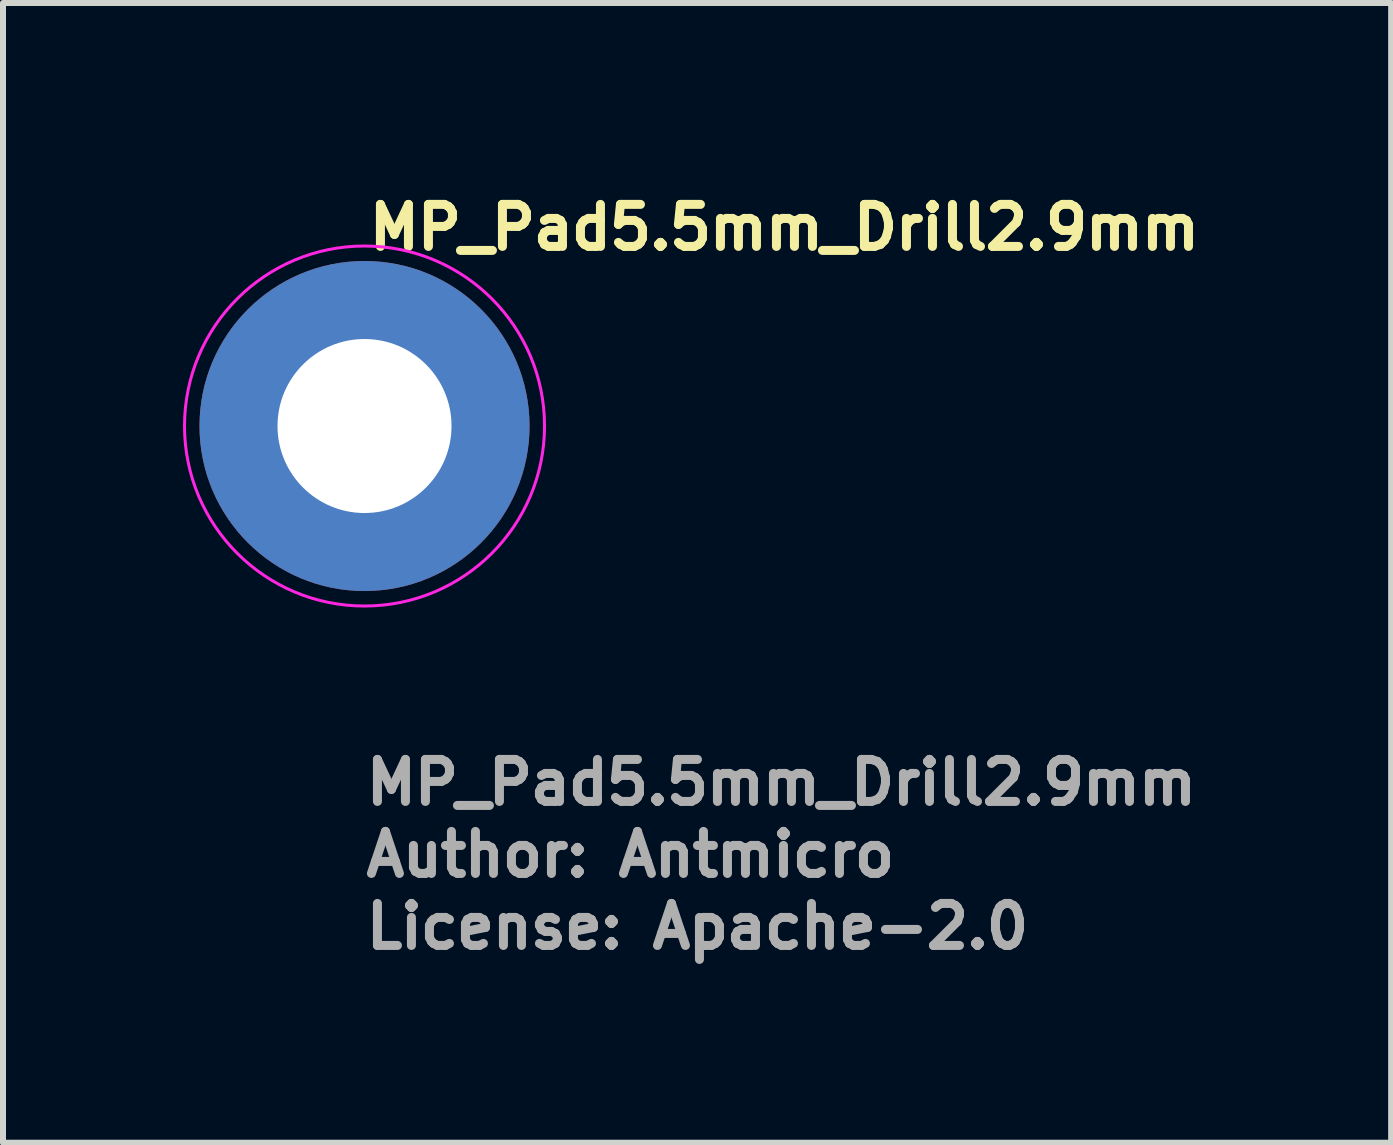
<source format=kicad_pcb>
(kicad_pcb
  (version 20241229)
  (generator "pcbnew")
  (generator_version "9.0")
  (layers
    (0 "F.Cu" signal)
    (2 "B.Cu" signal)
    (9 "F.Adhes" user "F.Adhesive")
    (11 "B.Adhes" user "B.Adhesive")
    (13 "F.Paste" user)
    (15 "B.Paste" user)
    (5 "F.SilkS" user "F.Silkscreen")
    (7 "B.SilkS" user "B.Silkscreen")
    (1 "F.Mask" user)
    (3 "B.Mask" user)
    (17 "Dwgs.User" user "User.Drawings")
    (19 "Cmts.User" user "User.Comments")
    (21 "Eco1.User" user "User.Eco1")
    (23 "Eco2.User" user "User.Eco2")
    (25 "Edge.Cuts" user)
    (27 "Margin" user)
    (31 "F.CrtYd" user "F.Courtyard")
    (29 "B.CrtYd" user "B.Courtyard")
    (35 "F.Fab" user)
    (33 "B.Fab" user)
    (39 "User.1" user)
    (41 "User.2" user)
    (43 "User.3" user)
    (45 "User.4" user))
  (footprint "MP_Pad5.5mm_Drill2.9mm"
    (layer "F.Cu")
    (at 3.025 4.05)
    (property "Reference" "MP_Pad5.5mm_Drill2.9mm" (at 0 -2.9 0) (layer "F.SilkS") (effects (font (size 0.7 0.7) (thickness 0.15)) (justify left bottom)))
    (attr exclude_from_pos_files exclude_from_bom)
    (fp_circle (center 0 0) (end 3 0) (stroke (width 0.05) (type default)) (fill no) (layer "F.CrtYd"))
    (fp_text user "License: Apache-2.0" (at -0.05 8.75 0) (layer "F.Fab") (effects (font (size 0.7 0.7) (thickness 0.15)) (justify left bottom)))
    (fp_text user "${REFERENCE}" (at -0.05 6.35 0) (layer "F.Fab") (effects (font (size 0.7 0.7) (thickness 0.15)) (justify left bottom)))
    (fp_text user "Author: Antmicro" (at -0.05 7.55 0) (layer "F.Fab") (effects (font (size 0.7 0.7) (thickness 0.15)) (justify left bottom)))
    (pad "1" thru_hole circle (at 0 0) (size 5.5 5.5) (drill 2.9) (layers "*.Cu" "*.Mask")))
  (gr_rect
    (start -3 -3)
    (end 20.135 15.995)
    (stroke (width 0.1) (type default))
    (fill no)
    (layer "Edge.Cuts")))
</source>
